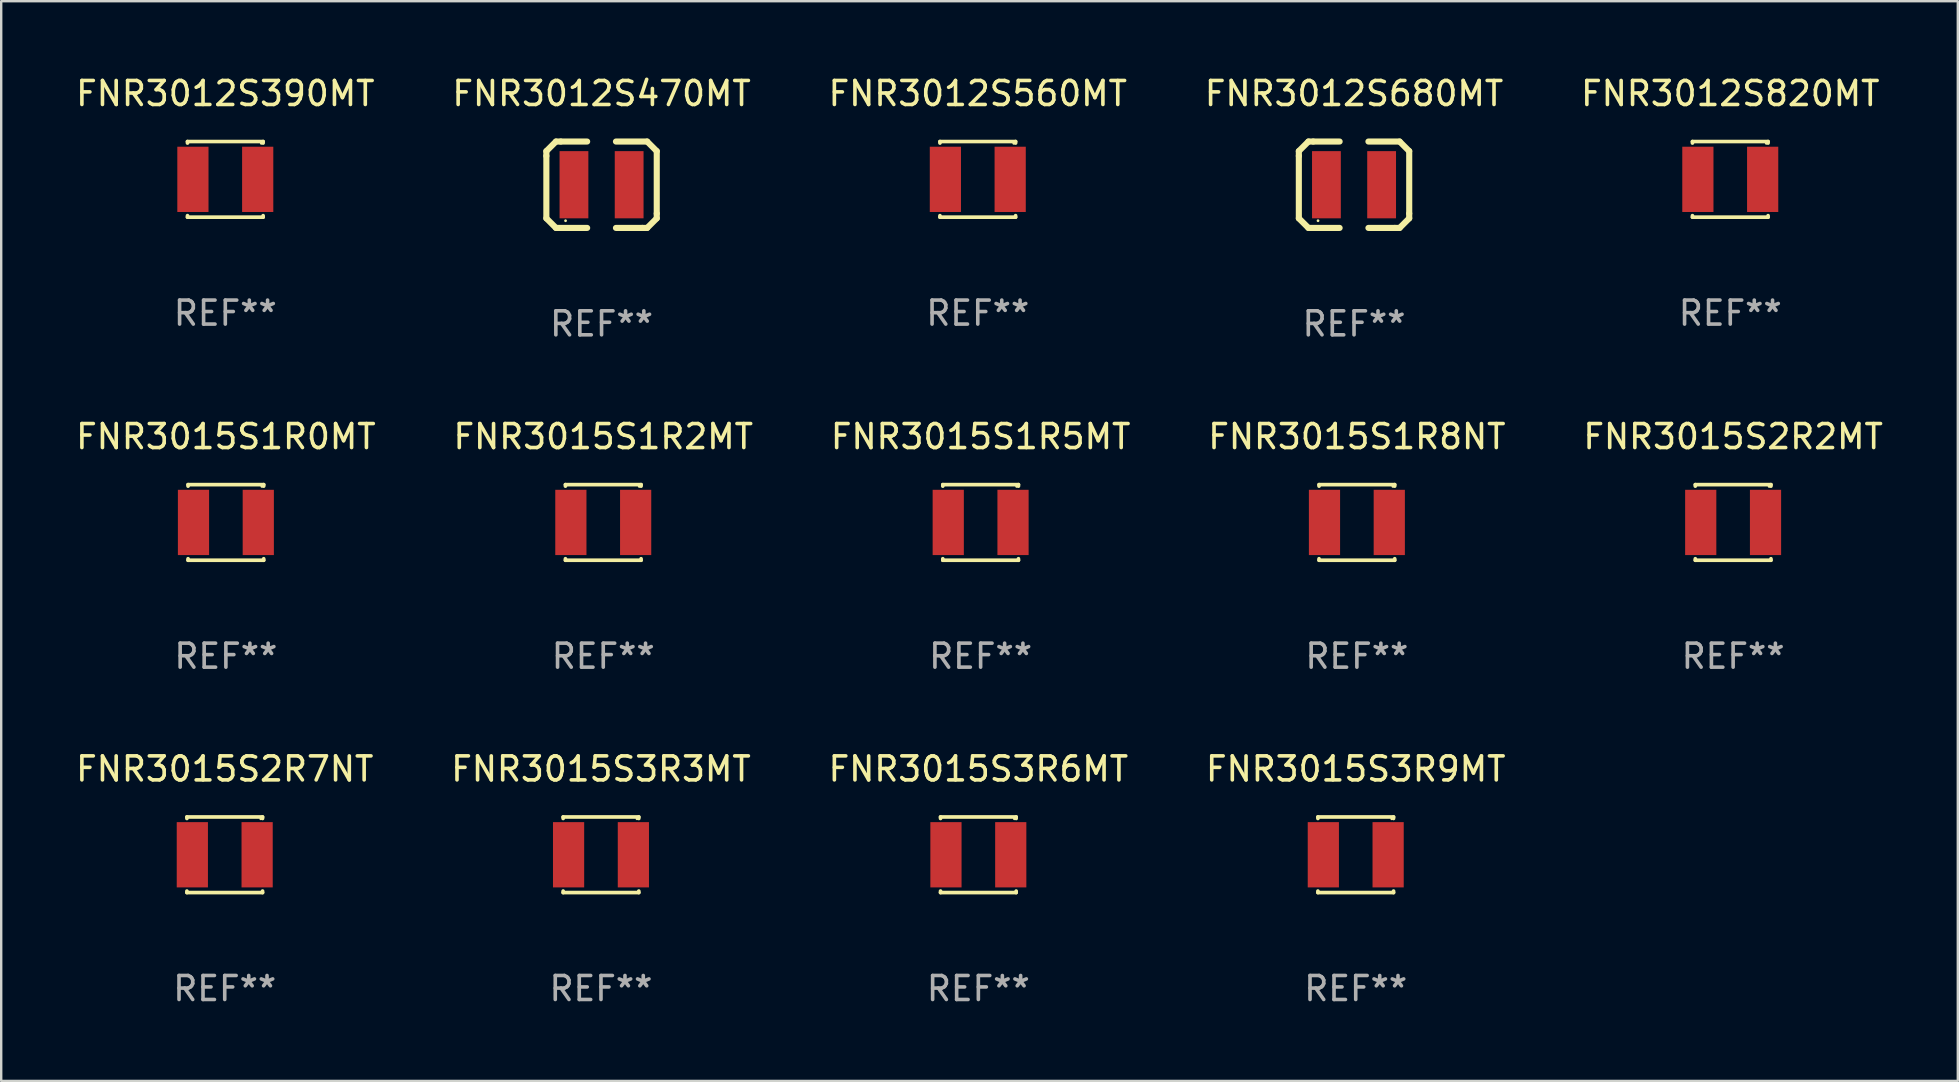
<source format=kicad_pcb>
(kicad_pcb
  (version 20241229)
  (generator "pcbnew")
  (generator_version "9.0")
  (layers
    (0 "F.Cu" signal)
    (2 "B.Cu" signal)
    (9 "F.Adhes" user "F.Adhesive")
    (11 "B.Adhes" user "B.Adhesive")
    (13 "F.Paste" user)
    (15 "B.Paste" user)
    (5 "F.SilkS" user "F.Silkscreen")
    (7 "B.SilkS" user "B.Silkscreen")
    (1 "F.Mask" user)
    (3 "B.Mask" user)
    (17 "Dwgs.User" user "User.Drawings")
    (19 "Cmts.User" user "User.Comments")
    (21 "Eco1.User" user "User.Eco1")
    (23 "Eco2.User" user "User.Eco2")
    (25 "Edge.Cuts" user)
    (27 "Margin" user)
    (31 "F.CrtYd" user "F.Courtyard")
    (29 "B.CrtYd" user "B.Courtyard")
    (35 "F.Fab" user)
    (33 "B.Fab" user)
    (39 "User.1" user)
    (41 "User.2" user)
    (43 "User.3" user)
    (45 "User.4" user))
  (footprint "FNR3012S390MT"
    (layer "F.Cu")
    (at 6.339 4.424)
    (property "Reference" "FNR3012S390MT" (at 0 -3.576 0) (layer "F.SilkS") (effects (font (size 1 1) (thickness 0.15))))
    (attr through_hole)
    (fp_line (start -1.576 -1.576) (end 1.576 -1.576) (stroke (width 0.152) (type solid)) (layer "F.SilkS"))
    (fp_line (start -1.576 -1.512) (end -1.576 -1.576) (stroke (width 0.152) (type solid)) (layer "F.SilkS"))
    (fp_line (start -1.576 1.512) (end -1.576 1.576) (stroke (width 0.152) (type solid)) (layer "F.SilkS"))
    (fp_line (start -1.576 1.576) (end 1.576 1.576) (stroke (width 0.152) (type solid)) (layer "F.SilkS"))
    (fp_line (start 1.576 -1.576) (end 1.576 -1.512) (stroke (width 0.152) (type solid)) (layer "F.SilkS"))
    (fp_line (start 1.576 1.576) (end 1.576 1.512) (stroke (width 0.152) (type solid)) (layer "F.SilkS"))
    (fp_circle (center 1.5 -1.5) (end 1.53 -1.5) (stroke (width 0.06) (type solid)) (fill no) (layer "F.SilkS"))
    (fp_text user "REF**" (at 0 5.576 0) (layer "F.Fab") (effects (font (size 1 1) (thickness 0.15))))
    (pad "1" smd rect (at 1.35 0) (size 1.3 2.72) (layers "F.Cu" "F.Mask" "F.Paste"))
    (pad "2" smd rect (at -1.35 0) (size 1.3 2.72) (layers "F.Cu" "F.Mask" "F.Paste")))
  (footprint "FNR3015S1R8NT"
    (layer "F.Cu")
    (at 53.494 18.721)
    (property "Reference" "FNR3015S1R8NT" (at 0 -3.576 0) (layer "F.SilkS") (effects (font (size 1 1) (thickness 0.15))))
    (attr through_hole)
    (fp_line (start -1.576 -1.576) (end 1.576 -1.576) (stroke (width 0.152) (type solid)) (layer "F.SilkS"))
    (fp_line (start -1.576 -1.512) (end -1.576 -1.576) (stroke (width 0.152) (type solid)) (layer "F.SilkS"))
    (fp_line (start -1.576 1.512) (end -1.576 1.576) (stroke (width 0.152) (type solid)) (layer "F.SilkS"))
    (fp_line (start -1.576 1.576) (end 1.576 1.576) (stroke (width 0.152) (type solid)) (layer "F.SilkS"))
    (fp_line (start 1.576 -1.576) (end 1.576 -1.512) (stroke (width 0.152) (type solid)) (layer "F.SilkS"))
    (fp_line (start 1.576 1.576) (end 1.576 1.512) (stroke (width 0.152) (type solid)) (layer "F.SilkS"))
    (fp_circle (center 1.5 -1.5) (end 1.53 -1.5) (stroke (width 0.06) (type solid)) (fill no) (layer "F.SilkS"))
    (fp_text user "REF**" (at 0 5.576 0) (layer "F.Fab") (effects (font (size 1 1) (thickness 0.15))))
    (pad "1" smd rect (at 1.35 0) (size 1.3 2.72) (layers "F.Cu" "F.Mask" "F.Paste"))
    (pad "2" smd rect (at -1.35 0) (size 1.3 2.72) (layers "F.Cu" "F.Mask" "F.Paste")))
  (footprint "FNR3012S680MT"
    (layer "F.Cu")
    (at 53.375 4.648)
    (property "Reference" "FNR3012S680MT" (at 0 -3.8 0) (layer "F.SilkS") (effects (font (size 1 1) (thickness 0.15))))
    (attr through_hole)
    (fp_line (start -2.3 -1.4) (end -2.3 -1.2) (stroke (width 0.254) (type solid)) (layer "F.SilkS"))
    (fp_line (start -2.3 1.4) (end -2.3 -1.2) (stroke (width 0.254) (type solid)) (layer "F.SilkS"))
    (fp_line (start -1.9 1.8) (end -2.3 1.4) (stroke (width 0.254) (type solid)) (layer "F.SilkS"))
    (fp_line (start -1.9 -1.8) (end -2.3 -1.4) (stroke (width 0.254) (type solid)) (layer "F.SilkS"))
    (fp_line (start -1.7 -1.8) (end -1.9 -1.8) (stroke (width 0.254) (type solid)) (layer "F.SilkS"))
    (fp_line (start -1.7 -1.8) (end -0.6 -1.8) (stroke (width 0.254) (type solid)) (layer "F.SilkS"))
    (fp_line (start -0.6 1.8) (end -1.9 1.8) (stroke (width 0.254) (type solid)) (layer "F.SilkS"))
    (fp_line (start 0.6 -1.8) (end 1.9 -1.8) (stroke (width 0.254) (type solid)) (layer "F.SilkS"))
    (fp_line (start 1.7 1.8) (end 0.6 1.8) (stroke (width 0.254) (type solid)) (layer "F.SilkS"))
    (fp_line (start 1.7 1.8) (end 1.9 1.8) (stroke (width 0.254) (type solid)) (layer "F.SilkS"))
    (fp_line (start 1.9 1.8) (end 2.3 1.4) (stroke (width 0.254) (type solid)) (layer "F.SilkS"))
    (fp_line (start 1.9 -1.8) (end 2.3 -1.4) (stroke (width 0.254) (type solid)) (layer "F.SilkS"))
    (fp_line (start 2.3 -1.4) (end 2.3 1.2) (stroke (width 0.254) (type solid)) (layer "F.SilkS"))
    (fp_line (start 2.3 1.4) (end 2.3 1.2) (stroke (width 0.254) (type solid)) (layer "F.SilkS"))
    (fp_circle (center -1.5 1.5) (end -1.47 1.5) (stroke (width 0.06) (type solid)) (fill no) (layer "F.SilkS"))
    (fp_text user "REF**" (at 0 5.8 0) (layer "F.Fab") (effects (font (size 1 1) (thickness 0.15))))
    (pad "1" smd rect (at -1.15 0) (size 1.2 2.8) (layers "F.Cu" "F.Mask" "F.Paste"))
    (pad "2" smd rect (at 1.15 0) (size 1.2 2.8) (layers "F.Cu" "F.Mask" "F.Paste")))
  (footprint "FNR3015S3R9MT"
    (layer "F.Cu")
    (at 53.446 32.57)
    (property "Reference" "FNR3015S3R9MT" (at 0 -3.576 0) (layer "F.SilkS") (effects (font (size 1 1) (thickness 0.15))))
    (attr through_hole)
    (fp_line (start -1.576 -1.576) (end 1.576 -1.576) (stroke (width 0.152) (type solid)) (layer "F.SilkS"))
    (fp_line (start -1.576 -1.512) (end -1.576 -1.576) (stroke (width 0.152) (type solid)) (layer "F.SilkS"))
    (fp_line (start -1.576 1.512) (end -1.576 1.576) (stroke (width 0.152) (type solid)) (layer "F.SilkS"))
    (fp_line (start -1.576 1.576) (end 1.576 1.576) (stroke (width 0.152) (type solid)) (layer "F.SilkS"))
    (fp_line (start 1.576 -1.576) (end 1.576 -1.512) (stroke (width 0.152) (type solid)) (layer "F.SilkS"))
    (fp_line (start 1.576 1.576) (end 1.576 1.512) (stroke (width 0.152) (type solid)) (layer "F.SilkS"))
    (fp_circle (center 1.5 -1.5) (end 1.53 -1.5) (stroke (width 0.06) (type solid)) (fill no) (layer "F.SilkS"))
    (fp_text user "REF**" (at 0 5.576 0) (layer "F.Fab") (effects (font (size 1 1) (thickness 0.15))))
    (pad "1" smd rect (at 1.35 0) (size 1.3 2.72) (layers "F.Cu" "F.Mask" "F.Paste"))
    (pad "2" smd rect (at -1.35 0) (size 1.3 2.72) (layers "F.Cu" "F.Mask" "F.Paste")))
  (footprint "FNR3015S3R3MT"
    (layer "F.Cu")
    (at 21.994 32.57)
    (property "Reference" "FNR3015S3R3MT" (at 0 -3.576 0) (layer "F.SilkS") (effects (font (size 1 1) (thickness 0.15))))
    (attr through_hole)
    (fp_line (start -1.576 -1.576) (end 1.576 -1.576) (stroke (width 0.152) (type solid)) (layer "F.SilkS"))
    (fp_line (start -1.576 -1.512) (end -1.576 -1.576) (stroke (width 0.152) (type solid)) (layer "F.SilkS"))
    (fp_line (start -1.576 1.512) (end -1.576 1.576) (stroke (width 0.152) (type solid)) (layer "F.SilkS"))
    (fp_line (start -1.576 1.576) (end 1.576 1.576) (stroke (width 0.152) (type solid)) (layer "F.SilkS"))
    (fp_line (start 1.576 -1.576) (end 1.576 -1.512) (stroke (width 0.152) (type solid)) (layer "F.SilkS"))
    (fp_line (start 1.576 1.576) (end 1.576 1.512) (stroke (width 0.152) (type solid)) (layer "F.SilkS"))
    (fp_circle (center 1.5 -1.5) (end 1.53 -1.5) (stroke (width 0.06) (type solid)) (fill no) (layer "F.SilkS"))
    (fp_text user "REF**" (at 0 5.576 0) (layer "F.Fab") (effects (font (size 1 1) (thickness 0.15))))
    (pad "1" smd rect (at 1.35 0) (size 1.3 2.72) (layers "F.Cu" "F.Mask" "F.Paste"))
    (pad "2" smd rect (at -1.35 0) (size 1.3 2.72) (layers "F.Cu" "F.Mask" "F.Paste")))
  (footprint "FNR3015S3R6MT"
    (layer "F.Cu")
    (at 37.72 32.57)
    (property "Reference" "FNR3015S3R6MT" (at 0 -3.576 0) (layer "F.SilkS") (effects (font (size 1 1) (thickness 0.15))))
    (attr through_hole)
    (fp_line (start -1.576 -1.576) (end 1.576 -1.576) (stroke (width 0.152) (type solid)) (layer "F.SilkS"))
    (fp_line (start -1.576 -1.512) (end -1.576 -1.576) (stroke (width 0.152) (type solid)) (layer "F.SilkS"))
    (fp_line (start -1.576 1.512) (end -1.576 1.576) (stroke (width 0.152) (type solid)) (layer "F.SilkS"))
    (fp_line (start -1.576 1.576) (end 1.576 1.576) (stroke (width 0.152) (type solid)) (layer "F.SilkS"))
    (fp_line (start 1.576 -1.576) (end 1.576 -1.512) (stroke (width 0.152) (type solid)) (layer "F.SilkS"))
    (fp_line (start 1.576 1.576) (end 1.576 1.512) (stroke (width 0.152) (type solid)) (layer "F.SilkS"))
    (fp_circle (center 1.5 -1.5) (end 1.53 -1.5) (stroke (width 0.06) (type solid)) (fill no) (layer "F.SilkS"))
    (fp_text user "REF**" (at 0 5.576 0) (layer "F.Fab") (effects (font (size 1 1) (thickness 0.15))))
    (pad "1" smd rect (at 1.35 0) (size 1.3 2.72) (layers "F.Cu" "F.Mask" "F.Paste"))
    (pad "2" smd rect (at -1.35 0) (size 1.3 2.72) (layers "F.Cu" "F.Mask" "F.Paste")))
  (footprint "FNR3015S2R7NT"
    (layer "F.Cu")
    (at 6.315 32.57)
    (property "Reference" "FNR3015S2R7NT" (at 0 -3.576 0) (layer "F.SilkS") (effects (font (size 1 1) (thickness 0.15))))
    (attr through_hole)
    (fp_line (start -1.576 -1.576) (end 1.576 -1.576) (stroke (width 0.152) (type solid)) (layer "F.SilkS"))
    (fp_line (start -1.576 -1.512) (end -1.576 -1.576) (stroke (width 0.152) (type solid)) (layer "F.SilkS"))
    (fp_line (start -1.576 1.512) (end -1.576 1.576) (stroke (width 0.152) (type solid)) (layer "F.SilkS"))
    (fp_line (start -1.576 1.576) (end 1.576 1.576) (stroke (width 0.152) (type solid)) (layer "F.SilkS"))
    (fp_line (start 1.576 -1.576) (end 1.576 -1.512) (stroke (width 0.152) (type solid)) (layer "F.SilkS"))
    (fp_line (start 1.576 1.576) (end 1.576 1.512) (stroke (width 0.152) (type solid)) (layer "F.SilkS"))
    (fp_circle (center 1.5 -1.5) (end 1.53 -1.5) (stroke (width 0.06) (type solid)) (fill no) (layer "F.SilkS"))
    (fp_text user "REF**" (at 0 5.576 0) (layer "F.Fab") (effects (font (size 1 1) (thickness 0.15))))
    (pad "1" smd rect (at 1.35 0) (size 1.3 2.72) (layers "F.Cu" "F.Mask" "F.Paste"))
    (pad "2" smd rect (at -1.35 0) (size 1.3 2.72) (layers "F.Cu" "F.Mask" "F.Paste")))
  (footprint "FNR3015S1R2MT"
    (layer "F.Cu")
    (at 22.089 18.721)
    (property "Reference" "FNR3015S1R2MT" (at 0 -3.576 0) (layer "F.SilkS") (effects (font (size 1 1) (thickness 0.15))))
    (attr through_hole)
    (fp_line (start -1.576 -1.576) (end 1.576 -1.576) (stroke (width 0.152) (type solid)) (layer "F.SilkS"))
    (fp_line (start -1.576 -1.512) (end -1.576 -1.576) (stroke (width 0.152) (type solid)) (layer "F.SilkS"))
    (fp_line (start -1.576 1.512) (end -1.576 1.576) (stroke (width 0.152) (type solid)) (layer "F.SilkS"))
    (fp_line (start -1.576 1.576) (end 1.576 1.576) (stroke (width 0.152) (type solid)) (layer "F.SilkS"))
    (fp_line (start 1.576 -1.576) (end 1.576 -1.512) (stroke (width 0.152) (type solid)) (layer "F.SilkS"))
    (fp_line (start 1.576 1.576) (end 1.576 1.512) (stroke (width 0.152) (type solid)) (layer "F.SilkS"))
    (fp_circle (center 1.5 -1.5) (end 1.53 -1.5) (stroke (width 0.06) (type solid)) (fill no) (layer "F.SilkS"))
    (fp_text user "REF**" (at 0 5.576 0) (layer "F.Fab") (effects (font (size 1 1) (thickness 0.15))))
    (pad "1" smd rect (at 1.35 0) (size 1.3 2.72) (layers "F.Cu" "F.Mask" "F.Paste"))
    (pad "2" smd rect (at -1.35 0) (size 1.3 2.72) (layers "F.Cu" "F.Mask" "F.Paste")))
  (footprint "FNR3015S1R5MT"
    (layer "F.Cu")
    (at 37.815 18.721)
    (property "Reference" "FNR3015S1R5MT" (at 0 -3.576 0) (layer "F.SilkS") (effects (font (size 1 1) (thickness 0.15))))
    (attr through_hole)
    (fp_line (start -1.576 -1.576) (end 1.576 -1.576) (stroke (width 0.152) (type solid)) (layer "F.SilkS"))
    (fp_line (start -1.576 -1.512) (end -1.576 -1.576) (stroke (width 0.152) (type solid)) (layer "F.SilkS"))
    (fp_line (start -1.576 1.512) (end -1.576 1.576) (stroke (width 0.152) (type solid)) (layer "F.SilkS"))
    (fp_line (start -1.576 1.576) (end 1.576 1.576) (stroke (width 0.152) (type solid)) (layer "F.SilkS"))
    (fp_line (start 1.576 -1.576) (end 1.576 -1.512) (stroke (width 0.152) (type solid)) (layer "F.SilkS"))
    (fp_line (start 1.576 1.576) (end 1.576 1.512) (stroke (width 0.152) (type solid)) (layer "F.SilkS"))
    (fp_circle (center 1.5 -1.5) (end 1.53 -1.5) (stroke (width 0.06) (type solid)) (fill no) (layer "F.SilkS"))
    (fp_text user "REF**" (at 0 5.576 0) (layer "F.Fab") (effects (font (size 1 1) (thickness 0.15))))
    (pad "1" smd rect (at 1.35 0) (size 1.3 2.72) (layers "F.Cu" "F.Mask" "F.Paste"))
    (pad "2" smd rect (at -1.35 0) (size 1.3 2.72) (layers "F.Cu" "F.Mask" "F.Paste")))
  (footprint "FNR3012S470MT"
    (layer "F.Cu")
    (at 22.018 4.648)
    (property "Reference" "FNR3012S470MT" (at 0 -3.8 0) (layer "F.SilkS") (effects (font (size 1 1) (thickness 0.15))))
    (attr through_hole)
    (fp_line (start -2.3 -1.4) (end -2.3 -1.2) (stroke (width 0.254) (type solid)) (layer "F.SilkS"))
    (fp_line (start -2.3 1.4) (end -2.3 -1.2) (stroke (width 0.254) (type solid)) (layer "F.SilkS"))
    (fp_line (start -1.9 1.8) (end -2.3 1.4) (stroke (width 0.254) (type solid)) (layer "F.SilkS"))
    (fp_line (start -1.9 -1.8) (end -2.3 -1.4) (stroke (width 0.254) (type solid)) (layer "F.SilkS"))
    (fp_line (start -1.7 -1.8) (end -1.9 -1.8) (stroke (width 0.254) (type solid)) (layer "F.SilkS"))
    (fp_line (start -1.7 -1.8) (end -0.6 -1.8) (stroke (width 0.254) (type solid)) (layer "F.SilkS"))
    (fp_line (start -0.6 1.8) (end -1.9 1.8) (stroke (width 0.254) (type solid)) (layer "F.SilkS"))
    (fp_line (start 0.6 -1.8) (end 1.9 -1.8) (stroke (width 0.254) (type solid)) (layer "F.SilkS"))
    (fp_line (start 1.7 1.8) (end 0.6 1.8) (stroke (width 0.254) (type solid)) (layer "F.SilkS"))
    (fp_line (start 1.7 1.8) (end 1.9 1.8) (stroke (width 0.254) (type solid)) (layer "F.SilkS"))
    (fp_line (start 1.9 1.8) (end 2.3 1.4) (stroke (width 0.254) (type solid)) (layer "F.SilkS"))
    (fp_line (start 1.9 -1.8) (end 2.3 -1.4) (stroke (width 0.254) (type solid)) (layer "F.SilkS"))
    (fp_line (start 2.3 -1.4) (end 2.3 1.2) (stroke (width 0.254) (type solid)) (layer "F.SilkS"))
    (fp_line (start 2.3 1.4) (end 2.3 1.2) (stroke (width 0.254) (type solid)) (layer "F.SilkS"))
    (fp_circle (center -1.5 1.5) (end -1.47 1.5) (stroke (width 0.06) (type solid)) (fill no) (layer "F.SilkS"))
    (fp_text user "REF**" (at 0 5.8 0) (layer "F.Fab") (effects (font (size 1 1) (thickness 0.15))))
    (pad "1" smd rect (at -1.15 0) (size 1.2 2.8) (layers "F.Cu" "F.Mask" "F.Paste"))
    (pad "2" smd rect (at 1.15 0) (size 1.2 2.8) (layers "F.Cu" "F.Mask" "F.Paste")))
  (footprint "FNR3015S1R0MT"
    (layer "F.Cu")
    (at 6.363 18.721)
    (property "Reference" "FNR3015S1R0MT" (at 0 -3.576 0) (layer "F.SilkS") (effects (font (size 1 1) (thickness 0.15))))
    (attr through_hole)
    (fp_line (start -1.576 -1.576) (end 1.576 -1.576) (stroke (width 0.152) (type solid)) (layer "F.SilkS"))
    (fp_line (start -1.576 -1.512) (end -1.576 -1.576) (stroke (width 0.152) (type solid)) (layer "F.SilkS"))
    (fp_line (start -1.576 1.512) (end -1.576 1.576) (stroke (width 0.152) (type solid)) (layer "F.SilkS"))
    (fp_line (start -1.576 1.576) (end 1.576 1.576) (stroke (width 0.152) (type solid)) (layer "F.SilkS"))
    (fp_line (start 1.576 -1.576) (end 1.576 -1.512) (stroke (width 0.152) (type solid)) (layer "F.SilkS"))
    (fp_line (start 1.576 1.576) (end 1.576 1.512) (stroke (width 0.152) (type solid)) (layer "F.SilkS"))
    (fp_circle (center 1.5 -1.5) (end 1.53 -1.5) (stroke (width 0.06) (type solid)) (fill no) (layer "F.SilkS"))
    (fp_text user "REF**" (at 0 5.576 0) (layer "F.Fab") (effects (font (size 1 1) (thickness 0.15))))
    (pad "1" smd rect (at 1.35 0) (size 1.3 2.72) (layers "F.Cu" "F.Mask" "F.Paste"))
    (pad "2" smd rect (at -1.35 0) (size 1.3 2.72) (layers "F.Cu" "F.Mask" "F.Paste")))
  (footprint "FNR3015S2R2MT"
    (layer "F.Cu")
    (at 69.173 18.721)
    (property "Reference" "FNR3015S2R2MT" (at 0 -3.576 0) (layer "F.SilkS") (effects (font (size 1 1) (thickness 0.15))))
    (attr through_hole)
    (fp_line (start -1.576 -1.576) (end 1.576 -1.576) (stroke (width 0.152) (type solid)) (layer "F.SilkS"))
    (fp_line (start -1.576 -1.512) (end -1.576 -1.576) (stroke (width 0.152) (type solid)) (layer "F.SilkS"))
    (fp_line (start -1.576 1.512) (end -1.576 1.576) (stroke (width 0.152) (type solid)) (layer "F.SilkS"))
    (fp_line (start -1.576 1.576) (end 1.576 1.576) (stroke (width 0.152) (type solid)) (layer "F.SilkS"))
    (fp_line (start 1.576 -1.576) (end 1.576 -1.512) (stroke (width 0.152) (type solid)) (layer "F.SilkS"))
    (fp_line (start 1.576 1.576) (end 1.576 1.512) (stroke (width 0.152) (type solid)) (layer "F.SilkS"))
    (fp_circle (center 1.5 -1.5) (end 1.53 -1.5) (stroke (width 0.06) (type solid)) (fill no) (layer "F.SilkS"))
    (fp_text user "REF**" (at 0 5.576 0) (layer "F.Fab") (effects (font (size 1 1) (thickness 0.15))))
    (pad "1" smd rect (at 1.35 0) (size 1.3 2.72) (layers "F.Cu" "F.Mask" "F.Paste"))
    (pad "2" smd rect (at -1.35 0) (size 1.3 2.72) (layers "F.Cu" "F.Mask" "F.Paste")))
  (footprint "FNR3012S560MT"
    (layer "F.Cu")
    (at 37.696 4.424)
    (property "Reference" "FNR3012S560MT" (at 0 -3.576 0) (layer "F.SilkS") (effects (font (size 1 1) (thickness 0.15))))
    (attr through_hole)
    (fp_line (start -1.576 -1.576) (end 1.576 -1.576) (stroke (width 0.152) (type solid)) (layer "F.SilkS"))
    (fp_line (start -1.576 -1.512) (end -1.576 -1.576) (stroke (width 0.152) (type solid)) (layer "F.SilkS"))
    (fp_line (start -1.576 1.512) (end -1.576 1.576) (stroke (width 0.152) (type solid)) (layer "F.SilkS"))
    (fp_line (start -1.576 1.576) (end 1.576 1.576) (stroke (width 0.152) (type solid)) (layer "F.SilkS"))
    (fp_line (start 1.576 -1.576) (end 1.576 -1.512) (stroke (width 0.152) (type solid)) (layer "F.SilkS"))
    (fp_line (start 1.576 1.576) (end 1.576 1.512) (stroke (width 0.152) (type solid)) (layer "F.SilkS"))
    (fp_circle (center 1.5 -1.5) (end 1.53 -1.5) (stroke (width 0.06) (type solid)) (fill no) (layer "F.SilkS"))
    (fp_text user "REF**" (at 0 5.576 0) (layer "F.Fab") (effects (font (size 1 1) (thickness 0.15))))
    (pad "1" smd rect (at 1.35 0) (size 1.3 2.72) (layers "F.Cu" "F.Mask" "F.Paste"))
    (pad "2" smd rect (at -1.35 0) (size 1.3 2.72) (layers "F.Cu" "F.Mask" "F.Paste")))
  (footprint "FNR3012S820MT"
    (layer "F.Cu")
    (at 69.054 4.424)
    (property "Reference" "FNR3012S820MT" (at 0 -3.576 0) (layer "F.SilkS") (effects (font (size 1 1) (thickness 0.15))))
    (attr through_hole)
    (fp_line (start -1.576 -1.576) (end 1.576 -1.576) (stroke (width 0.152) (type solid)) (layer "F.SilkS"))
    (fp_line (start -1.576 -1.512) (end -1.576 -1.576) (stroke (width 0.152) (type solid)) (layer "F.SilkS"))
    (fp_line (start -1.576 1.512) (end -1.576 1.576) (stroke (width 0.152) (type solid)) (layer "F.SilkS"))
    (fp_line (start -1.576 1.576) (end 1.576 1.576) (stroke (width 0.152) (type solid)) (layer "F.SilkS"))
    (fp_line (start 1.576 -1.576) (end 1.576 -1.512) (stroke (width 0.152) (type solid)) (layer "F.SilkS"))
    (fp_line (start 1.576 1.576) (end 1.576 1.512) (stroke (width 0.152) (type solid)) (layer "F.SilkS"))
    (fp_circle (center 1.5 -1.5) (end 1.53 -1.5) (stroke (width 0.06) (type solid)) (fill no) (layer "F.SilkS"))
    (fp_text user "REF**" (at 0 5.576 0) (layer "F.Fab") (effects (font (size 1 1) (thickness 0.15))))
    (pad "1" smd rect (at 1.35 0) (size 1.3 2.72) (layers "F.Cu" "F.Mask" "F.Paste"))
    (pad "2" smd rect (at -1.35 0) (size 1.3 2.72) (layers "F.Cu" "F.Mask" "F.Paste")))
  (gr_rect
    (start -3 -3)
    (end 78.536 41.995)
    (stroke (width 0.1) (type default))
    (fill no)
    (layer "Edge.Cuts")))
</source>
